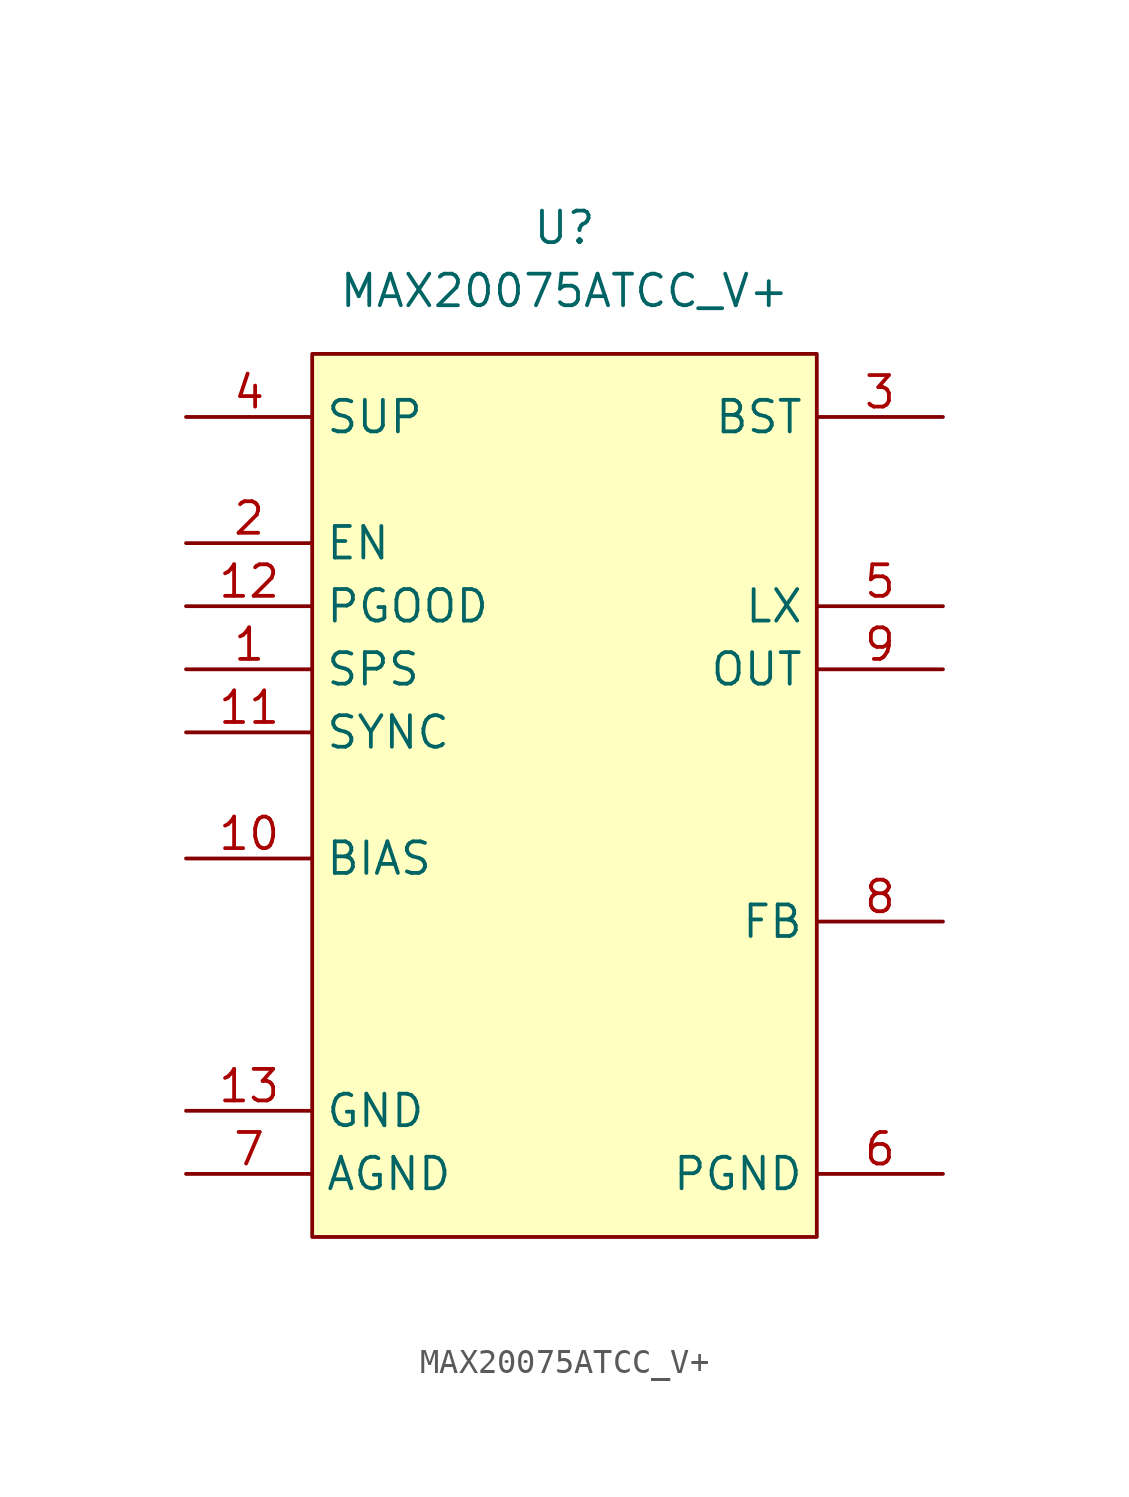
<source format=kicad_sym>
(kicad_symbol_lib
  (version 20241209)
  (generator "kicad_symbol_editor")
  (generator_version "9.0")
  (symbol "MAX20075ATCC_V+"
    (property "Reference" "U"
      (at 0 5.08 0)
      (effects (font (size 1.27 1.27))))
    (property "Value" "MAX20075ATCC_V+"
      (at 0 2.54 0)
      (effects (font (size 1.27 1.27))))
    (symbol "MAX20075ATCC_V+_1_1"
      (rectangle (start -10.16 0) (end 10.16 -35.56) (stroke (width 0) (type solid)) (fill (type background)))
      (pin passive line (at -15.24 -2.54 0) (length 5.08) (name "SUP" (effects (font (size 1.27 1.27)))) (number "4" (effects (font (size 1.27 1.27)))))
      (pin passive line (at -15.24 -7.62 0) (length 5.08) (name "EN" (effects (font (size 1.27 1.27)))) (number "2" (effects (font (size 1.27 1.27)))))
      (pin passive line (at -15.24 -10.16 0) (length 5.08) (name "PGOOD" (effects (font (size 1.27 1.27)))) (number "12" (effects (font (size 1.27 1.27)))))
      (pin passive line (at -15.24 -12.7 0) (length 5.08) (name "SPS" (effects (font (size 1.27 1.27)))) (number "1" (effects (font (size 1.27 1.27)))))
      (pin passive line (at -15.24 -15.24 0) (length 5.08) (name "SYNC" (effects (font (size 1.27 1.27)))) (number "11" (effects (font (size 1.27 1.27)))))
      (pin passive line (at -15.24 -20.32 0) (length 5.08) (name "BIAS" (effects (font (size 1.27 1.27)))) (number "10" (effects (font (size 1.27 1.27)))))
      (pin passive line (at -15.24 -30.48 0) (length 5.08) (name "GND" (effects (font (size 1.27 1.27)))) (number "13" (effects (font (size 1.27 1.27)))))
      (pin passive line (at -15.24 -33.02 0) (length 5.08) (name "AGND" (effects (font (size 1.27 1.27)))) (number "7" (effects (font (size 1.27 1.27)))))
      (pin passive line (at 15.24 -2.54 180) (length 5.08) (name "BST" (effects (font (size 1.27 1.27)))) (number "3" (effects (font (size 1.27 1.27)))))
      (pin passive line (at 15.24 -10.16 180) (length 5.08) (name "LX" (effects (font (size 1.27 1.27)))) (number "5" (effects (font (size 1.27 1.27)))))
      (pin passive line (at 15.24 -12.7 180) (length 5.08) (name "OUT" (effects (font (size 1.27 1.27)))) (number "9" (effects (font (size 1.27 1.27)))))
      (pin passive line (at 15.24 -22.86 180) (length 5.08) (name "FB" (effects (font (size 1.27 1.27)))) (number "8" (effects (font (size 1.27 1.27)))))
      (pin passive line (at 15.24 -33.02 180) (length 5.08) (name "PGND" (effects (font (size 1.27 1.27)))) (number "6" (effects (font (size 1.27 1.27))))))))
</source>
